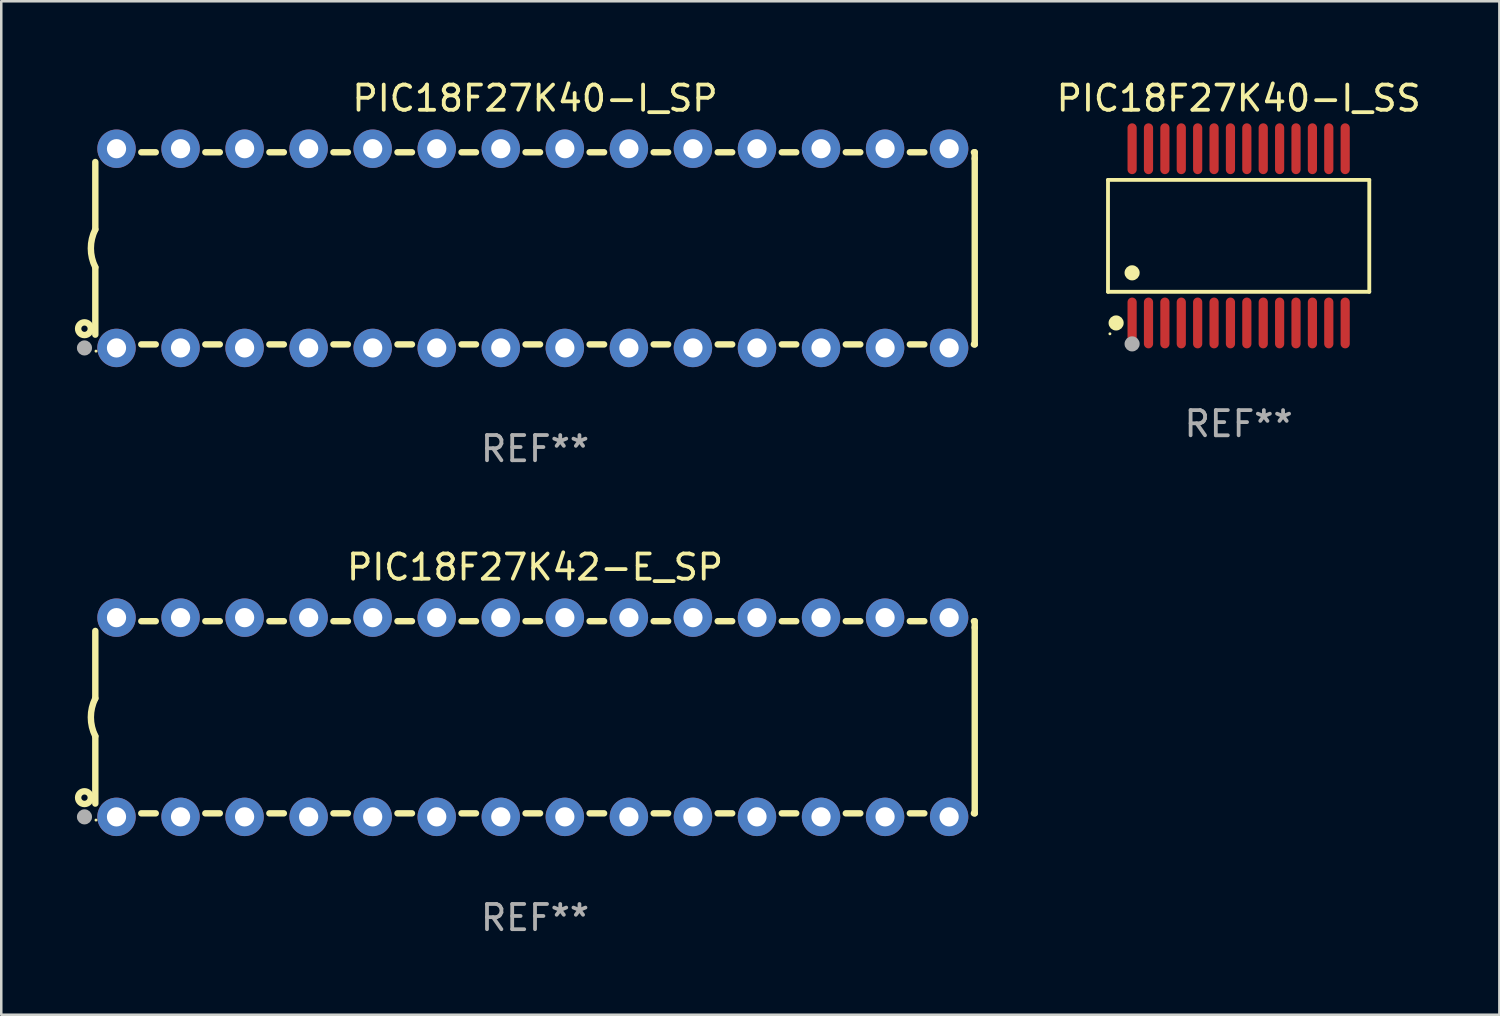
<source format=kicad_pcb>
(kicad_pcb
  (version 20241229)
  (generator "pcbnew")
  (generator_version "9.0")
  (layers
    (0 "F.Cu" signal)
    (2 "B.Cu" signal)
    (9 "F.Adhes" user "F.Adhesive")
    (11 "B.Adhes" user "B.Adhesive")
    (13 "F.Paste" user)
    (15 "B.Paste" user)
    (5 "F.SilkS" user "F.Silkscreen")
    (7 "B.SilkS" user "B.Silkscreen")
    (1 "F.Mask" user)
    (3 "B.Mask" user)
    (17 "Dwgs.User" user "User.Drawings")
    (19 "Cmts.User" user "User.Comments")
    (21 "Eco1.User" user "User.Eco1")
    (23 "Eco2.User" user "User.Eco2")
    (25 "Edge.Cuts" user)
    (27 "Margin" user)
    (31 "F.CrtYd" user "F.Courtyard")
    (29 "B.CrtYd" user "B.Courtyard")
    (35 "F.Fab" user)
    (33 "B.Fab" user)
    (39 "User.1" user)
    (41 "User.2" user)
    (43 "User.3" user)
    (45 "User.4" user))
  (footprint "PIC18F27K40-I_SP"
    (layer "F.Cu")
    (at 18.168 6.798)
    (property "Reference" "PIC18F27K40-I_SP" (at 0 -5.95 0) (layer "F.SilkS") (effects (font (size 1 1) (thickness 0.15))))
    (attr through_hole)
    (fp_line (start -17.438 0.75) (end -17.438 3.423) (stroke (width 0.254) (type solid)) (layer "F.SilkS"))
    (fp_line (start -17.438 -3.423) (end -17.438 -0.75) (stroke (width 0.254) (type solid)) (layer "F.SilkS"))
    (fp_line (start -15.615 3.81) (end -15.041 3.81) (stroke (width 0.254) (type solid)) (layer "F.SilkS"))
    (fp_line (start -15.041 -3.81) (end -15.614 -3.81) (stroke (width 0.254) (type solid)) (layer "F.SilkS"))
    (fp_line (start -13.075 3.81) (end -12.501 3.81) (stroke (width 0.254) (type solid)) (layer "F.SilkS"))
    (fp_line (start -12.501 -3.81) (end -13.074 -3.81) (stroke (width 0.254) (type solid)) (layer "F.SilkS"))
    (fp_line (start -10.535 3.81) (end -9.961 3.81) (stroke (width 0.254) (type solid)) (layer "F.SilkS"))
    (fp_line (start -9.961 -3.81) (end -10.534 -3.81) (stroke (width 0.254) (type solid)) (layer "F.SilkS"))
    (fp_line (start -7.995 3.81) (end -7.421 3.81) (stroke (width 0.254) (type solid)) (layer "F.SilkS"))
    (fp_line (start -7.421 -3.81) (end -7.995 -3.81) (stroke (width 0.254) (type solid)) (layer "F.SilkS"))
    (fp_line (start -5.455 3.81) (end -4.881 3.81) (stroke (width 0.254) (type solid)) (layer "F.SilkS"))
    (fp_line (start -4.881 -3.81) (end -5.455 -3.81) (stroke (width 0.254) (type solid)) (layer "F.SilkS"))
    (fp_line (start -2.915 3.81) (end -2.341 3.81) (stroke (width 0.254) (type solid)) (layer "F.SilkS"))
    (fp_line (start -2.341 -3.81) (end -2.915 -3.81) (stroke (width 0.254) (type solid)) (layer "F.SilkS"))
    (fp_line (start -0.375 3.81) (end 0.199 3.81) (stroke (width 0.254) (type solid)) (layer "F.SilkS"))
    (fp_line (start 0.199 -3.81) (end -0.375 -3.81) (stroke (width 0.254) (type solid)) (layer "F.SilkS"))
    (fp_line (start 2.165 3.81) (end 2.739 3.81) (stroke (width 0.254) (type solid)) (layer "F.SilkS"))
    (fp_line (start 2.739 -3.81) (end 2.165 -3.81) (stroke (width 0.254) (type solid)) (layer "F.SilkS"))
    (fp_line (start 4.705 3.81) (end 5.279 3.81) (stroke (width 0.254) (type solid)) (layer "F.SilkS"))
    (fp_line (start 5.279 -3.81) (end 4.705 -3.81) (stroke (width 0.254) (type solid)) (layer "F.SilkS"))
    (fp_line (start 7.245 3.81) (end 7.819 3.81) (stroke (width 0.254) (type solid)) (layer "F.SilkS"))
    (fp_line (start 7.819 -3.81) (end 7.245 -3.81) (stroke (width 0.254) (type solid)) (layer "F.SilkS"))
    (fp_line (start 9.785 3.81) (end 10.359 3.81) (stroke (width 0.254) (type solid)) (layer "F.SilkS"))
    (fp_line (start 10.359 -3.81) (end 9.785 -3.81) (stroke (width 0.254) (type solid)) (layer "F.SilkS"))
    (fp_line (start 12.325 3.81) (end 12.899 3.81) (stroke (width 0.254) (type solid)) (layer "F.SilkS"))
    (fp_line (start 12.899 -3.81) (end 12.325 -3.81) (stroke (width 0.254) (type solid)) (layer "F.SilkS"))
    (fp_line (start 14.865 3.81) (end 15.439 3.81) (stroke (width 0.254) (type solid)) (layer "F.SilkS"))
    (fp_line (start 15.439 -3.81) (end 14.865 -3.81) (stroke (width 0.254) (type solid)) (layer "F.SilkS"))
    (fp_line (start 17.405 3.81) (end 17.438 3.81) (stroke (width 0.254) (type solid)) (layer "F.SilkS"))
    (fp_line (start 17.438 -3.81) (end 17.405 -3.81) (stroke (width 0.254) (type solid)) (layer "F.SilkS"))
    (fp_line (start 17.438 -3.556) (end 17.438 -3.81) (stroke (width 0.254) (type solid)) (layer "F.SilkS"))
    (fp_line (start 17.438 3.81) (end 17.438 -3.556) (stroke (width 0.254) (type solid)) (layer "F.SilkS"))
    (fp_arc (start -17.437986 0.749657) (mid -17.614887 -0.000024) (end -17.437783 -0.749657) (stroke (width 0.254001) (type solid)) (layer "F.SilkS"))
    (fp_circle (center -17.868 3.188) (end -17.743 3.188) (stroke (width 0.254) (type solid)) (fill no) (layer "F.SilkS"))
    (fp_circle (center -17.411 4.077) (end -17.381 4.077) (stroke (width 0.06) (type solid)) (fill no) (layer "F.SilkS"))
    (fp_circle (center -17.868 3.95) (end -17.718 3.95) (stroke (width 0.3) (type solid)) (fill no) (layer "F.Fab"))
    (fp_text user "REF**" (at 0 7.95 0) (layer "F.Fab") (effects (font (size 1 1) (thickness 0.15))))
    (pad "1" thru_hole circle (at -16.598 3.95) (size 1.524 1.524) (drill 0.762) (layers "*.Cu" "*.Mask"))
    (pad "2" thru_hole circle (at -14.058 3.95) (size 1.524 1.524) (drill 0.762) (layers "*.Cu" "*.Mask"))
    (pad "3" thru_hole circle (at -11.518 3.95) (size 1.524 1.524) (drill 0.762) (layers "*.Cu" "*.Mask"))
    (pad "4" thru_hole circle (at -8.978 3.95) (size 1.524 1.524) (drill 0.762) (layers "*.Cu" "*.Mask"))
    (pad "5" thru_hole circle (at -6.438 3.95) (size 1.524 1.524) (drill 0.762) (layers "*.Cu" "*.Mask"))
    (pad "6" thru_hole circle (at -3.898 3.95) (size 1.524 1.524) (drill 0.762) (layers "*.Cu" "*.Mask"))
    (pad "7" thru_hole circle (at -1.358 3.95) (size 1.524 1.524) (drill 0.762) (layers "*.Cu" "*.Mask"))
    (pad "8" thru_hole circle (at 1.182 3.95) (size 1.524 1.524) (drill 0.762) (layers "*.Cu" "*.Mask"))
    (pad "9" thru_hole circle (at 3.722 3.95) (size 1.524 1.524) (drill 0.762) (layers "*.Cu" "*.Mask"))
    (pad "10" thru_hole circle (at 6.262 3.95) (size 1.524 1.524) (drill 0.762) (layers "*.Cu" "*.Mask"))
    (pad "11" thru_hole circle (at 8.802 3.95) (size 1.524 1.524) (drill 0.762) (layers "*.Cu" "*.Mask"))
    (pad "12" thru_hole circle (at 11.342 3.95) (size 1.524 1.524) (drill 0.762) (layers "*.Cu" "*.Mask"))
    (pad "13" thru_hole circle (at 13.882 3.95) (size 1.524 1.524) (drill 0.762) (layers "*.Cu" "*.Mask"))
    (pad "14" thru_hole circle (at 16.422 3.95) (size 1.524 1.524) (drill 0.762) (layers "*.Cu" "*.Mask"))
    (pad "15" thru_hole circle (at 16.422 -3.95) (size 1.524 1.524) (drill 0.762) (layers "*.Cu" "*.Mask"))
    (pad "16" thru_hole circle (at 13.882 -3.95) (size 1.524 1.524) (drill 0.762) (layers "*.Cu" "*.Mask"))
    (pad "17" thru_hole circle (at 11.342 -3.95) (size 1.524 1.524) (drill 0.762) (layers "*.Cu" "*.Mask"))
    (pad "18" thru_hole circle (at 8.802 -3.95) (size 1.524 1.524) (drill 0.762) (layers "*.Cu" "*.Mask"))
    (pad "19" thru_hole circle (at 6.262 -3.95) (size 1.524 1.524) (drill 0.762) (layers "*.Cu" "*.Mask"))
    (pad "20" thru_hole circle (at 3.722 -3.95) (size 1.524 1.524) (drill 0.762) (layers "*.Cu" "*.Mask"))
    (pad "21" thru_hole circle (at 1.182 -3.95) (size 1.524 1.524) (drill 0.762) (layers "*.Cu" "*.Mask"))
    (pad "22" thru_hole circle (at -1.358 -3.95) (size 1.524 1.524) (drill 0.762) (layers "*.Cu" "*.Mask"))
    (pad "23" thru_hole circle (at -3.898 -3.95) (size 1.524 1.524) (drill 0.762) (layers "*.Cu" "*.Mask"))
    (pad "24" thru_hole circle (at -6.438 -3.95) (size 1.524 1.524) (drill 0.762) (layers "*.Cu" "*.Mask"))
    (pad "25" thru_hole circle (at -8.978 -3.95) (size 1.524 1.524) (drill 0.762) (layers "*.Cu" "*.Mask"))
    (pad "26" thru_hole circle (at -11.517 -3.95) (size 1.524 1.524) (drill 0.762) (layers "*.Cu" "*.Mask"))
    (pad "27" thru_hole circle (at -14.057 -3.95) (size 1.524 1.524) (drill 0.762) (layers "*.Cu" "*.Mask"))
    (pad "28" thru_hole circle (at -16.597 -3.95) (size 1.524 1.524) (drill 0.762) (layers "*.Cu" "*.Mask")))
  (footprint "PIC18F27K40-I_SS"
    (layer "F.Cu")
    (at 46.072 6.303)
    (property "Reference" "PIC18F27K40-I_SS" (at 0 -5.455 0) (layer "F.SilkS") (effects (font (size 1 1) (thickness 0.15))))
    (attr through_hole)
    (fp_line (start -5.181 -2.219) (end 5.181 -2.219) (stroke (width 0.152) (type solid)) (layer "F.SilkS"))
    (fp_line (start -5.181 2.219) (end -5.181 -2.219) (stroke (width 0.152) (type solid)) (layer "F.SilkS"))
    (fp_line (start 5.181 -2.219) (end 5.181 2.219) (stroke (width 0.152) (type solid)) (layer "F.SilkS"))
    (fp_line (start 5.181 2.219) (end -5.181 2.219) (stroke (width 0.152) (type solid)) (layer "F.SilkS"))
    (fp_circle (center -5.105 3.885) (end -5.075 3.885) (stroke (width 0.06) (type solid)) (fill no) (layer "F.SilkS"))
    (fp_circle (center -4.859 3.455) (end -4.709 3.455) (stroke (width 0.3) (type solid)) (fill no) (layer "F.SilkS"))
    (fp_circle (center -4.225 1.467) (end -4.075 1.467) (stroke (width 0.3) (type solid)) (fill no) (layer "F.SilkS"))
    (fp_circle (center -4.225 4.285) (end -4.075 4.285) (stroke (width 0.3) (type solid)) (fill no) (layer "F.Fab"))
    (fp_text user "REF**" (at 0 7.455 0) (layer "F.Fab") (effects (font (size 1 1) (thickness 0.15))))
    (pad "1" smd oval (at -4.225 3.455) (size 0.364 2.015) (layers "F.Cu" "F.Mask" "F.Paste"))
    (pad "2" smd oval (at -3.575 3.455) (size 0.364 2.015) (layers "F.Cu" "F.Mask" "F.Paste"))
    (pad "3" smd oval (at -2.925 3.455) (size 0.364 2.015) (layers "F.Cu" "F.Mask" "F.Paste"))
    (pad "4" smd oval (at -2.275 3.455) (size 0.364 2.015) (layers "F.Cu" "F.Mask" "F.Paste"))
    (pad "5" smd oval (at -1.625 3.455) (size 0.364 2.015) (layers "F.Cu" "F.Mask" "F.Paste"))
    (pad "6" smd oval (at -0.975 3.455) (size 0.364 2.015) (layers "F.Cu" "F.Mask" "F.Paste"))
    (pad "7" smd oval (at -0.325 3.455) (size 0.364 2.015) (layers "F.Cu" "F.Mask" "F.Paste"))
    (pad "8" smd oval (at 0.325 3.455) (size 0.364 2.015) (layers "F.Cu" "F.Mask" "F.Paste"))
    (pad "9" smd oval (at 0.975 3.455) (size 0.364 2.015) (layers "F.Cu" "F.Mask" "F.Paste"))
    (pad "10" smd oval (at 1.625 3.455) (size 0.364 2.015) (layers "F.Cu" "F.Mask" "F.Paste"))
    (pad "11" smd oval (at 2.275 3.455) (size 0.364 2.015) (layers "F.Cu" "F.Mask" "F.Paste"))
    (pad "12" smd oval (at 2.925 3.455) (size 0.364 2.015) (layers "F.Cu" "F.Mask" "F.Paste"))
    (pad "13" smd oval (at 3.575 3.455) (size 0.364 2.015) (layers "F.Cu" "F.Mask" "F.Paste"))
    (pad "14" smd oval (at 4.225 3.455) (size 0.364 2.015) (layers "F.Cu" "F.Mask" "F.Paste"))
    (pad "15" smd oval (at 4.225 -3.455) (size 0.364 2.015) (layers "F.Cu" "F.Mask" "F.Paste"))
    (pad "16" smd oval (at 3.575 -3.455) (size 0.364 2.015) (layers "F.Cu" "F.Mask" "F.Paste"))
    (pad "17" smd oval (at 2.925 -3.455) (size 0.364 2.015) (layers "F.Cu" "F.Mask" "F.Paste"))
    (pad "18" smd oval (at 2.275 -3.455) (size 0.364 2.015) (layers "F.Cu" "F.Mask" "F.Paste"))
    (pad "19" smd oval (at 1.625 -3.455) (size 0.364 2.015) (layers "F.Cu" "F.Mask" "F.Paste"))
    (pad "20" smd oval (at 0.975 -3.455) (size 0.364 2.015) (layers "F.Cu" "F.Mask" "F.Paste"))
    (pad "21" smd oval (at 0.325 -3.455) (size 0.364 2.015) (layers "F.Cu" "F.Mask" "F.Paste"))
    (pad "22" smd oval (at -0.325 -3.455) (size 0.364 2.015) (layers "F.Cu" "F.Mask" "F.Paste"))
    (pad "23" smd oval (at -0.975 -3.455) (size 0.364 2.015) (layers "F.Cu" "F.Mask" "F.Paste"))
    (pad "24" smd oval (at -1.625 -3.455) (size 0.364 2.015) (layers "F.Cu" "F.Mask" "F.Paste"))
    (pad "25" smd oval (at -2.275 -3.455) (size 0.364 2.015) (layers "F.Cu" "F.Mask" "F.Paste"))
    (pad "26" smd oval (at -2.925 -3.455) (size 0.364 2.015) (layers "F.Cu" "F.Mask" "F.Paste"))
    (pad "27" smd oval (at -3.575 -3.455) (size 0.364 2.015) (layers "F.Cu" "F.Mask" "F.Paste"))
    (pad "28" smd oval (at -4.225 -3.455) (size 0.364 2.015) (layers "F.Cu" "F.Mask" "F.Paste")))
  (footprint "PIC18F27K42-E_SP"
    (layer "F.Cu")
    (at 18.168 25.395)
    (property "Reference" "PIC18F27K42-E_SP" (at 0 -5.95 0) (layer "F.SilkS") (effects (font (size 1 1) (thickness 0.15))))
    (attr through_hole)
    (fp_line (start -17.438 0.75) (end -17.438 3.423) (stroke (width 0.254) (type solid)) (layer "F.SilkS"))
    (fp_line (start -17.438 -3.423) (end -17.438 -0.75) (stroke (width 0.254) (type solid)) (layer "F.SilkS"))
    (fp_line (start -15.615 3.81) (end -15.041 3.81) (stroke (width 0.254) (type solid)) (layer "F.SilkS"))
    (fp_line (start -15.041 -3.81) (end -15.614 -3.81) (stroke (width 0.254) (type solid)) (layer "F.SilkS"))
    (fp_line (start -13.075 3.81) (end -12.501 3.81) (stroke (width 0.254) (type solid)) (layer "F.SilkS"))
    (fp_line (start -12.501 -3.81) (end -13.074 -3.81) (stroke (width 0.254) (type solid)) (layer "F.SilkS"))
    (fp_line (start -10.535 3.81) (end -9.961 3.81) (stroke (width 0.254) (type solid)) (layer "F.SilkS"))
    (fp_line (start -9.961 -3.81) (end -10.534 -3.81) (stroke (width 0.254) (type solid)) (layer "F.SilkS"))
    (fp_line (start -7.995 3.81) (end -7.421 3.81) (stroke (width 0.254) (type solid)) (layer "F.SilkS"))
    (fp_line (start -7.421 -3.81) (end -7.995 -3.81) (stroke (width 0.254) (type solid)) (layer "F.SilkS"))
    (fp_line (start -5.455 3.81) (end -4.881 3.81) (stroke (width 0.254) (type solid)) (layer "F.SilkS"))
    (fp_line (start -4.881 -3.81) (end -5.455 -3.81) (stroke (width 0.254) (type solid)) (layer "F.SilkS"))
    (fp_line (start -2.915 3.81) (end -2.341 3.81) (stroke (width 0.254) (type solid)) (layer "F.SilkS"))
    (fp_line (start -2.341 -3.81) (end -2.915 -3.81) (stroke (width 0.254) (type solid)) (layer "F.SilkS"))
    (fp_line (start -0.375 3.81) (end 0.199 3.81) (stroke (width 0.254) (type solid)) (layer "F.SilkS"))
    (fp_line (start 0.199 -3.81) (end -0.375 -3.81) (stroke (width 0.254) (type solid)) (layer "F.SilkS"))
    (fp_line (start 2.165 3.81) (end 2.739 3.81) (stroke (width 0.254) (type solid)) (layer "F.SilkS"))
    (fp_line (start 2.739 -3.81) (end 2.165 -3.81) (stroke (width 0.254) (type solid)) (layer "F.SilkS"))
    (fp_line (start 4.705 3.81) (end 5.279 3.81) (stroke (width 0.254) (type solid)) (layer "F.SilkS"))
    (fp_line (start 5.279 -3.81) (end 4.705 -3.81) (stroke (width 0.254) (type solid)) (layer "F.SilkS"))
    (fp_line (start 7.245 3.81) (end 7.819 3.81) (stroke (width 0.254) (type solid)) (layer "F.SilkS"))
    (fp_line (start 7.819 -3.81) (end 7.245 -3.81) (stroke (width 0.254) (type solid)) (layer "F.SilkS"))
    (fp_line (start 9.785 3.81) (end 10.359 3.81) (stroke (width 0.254) (type solid)) (layer "F.SilkS"))
    (fp_line (start 10.359 -3.81) (end 9.785 -3.81) (stroke (width 0.254) (type solid)) (layer "F.SilkS"))
    (fp_line (start 12.325 3.81) (end 12.899 3.81) (stroke (width 0.254) (type solid)) (layer "F.SilkS"))
    (fp_line (start 12.899 -3.81) (end 12.325 -3.81) (stroke (width 0.254) (type solid)) (layer "F.SilkS"))
    (fp_line (start 14.865 3.81) (end 15.439 3.81) (stroke (width 0.254) (type solid)) (layer "F.SilkS"))
    (fp_line (start 15.439 -3.81) (end 14.865 -3.81) (stroke (width 0.254) (type solid)) (layer "F.SilkS"))
    (fp_line (start 17.405 3.81) (end 17.438 3.81) (stroke (width 0.254) (type solid)) (layer "F.SilkS"))
    (fp_line (start 17.438 -3.81) (end 17.405 -3.81) (stroke (width 0.254) (type solid)) (layer "F.SilkS"))
    (fp_line (start 17.438 -3.556) (end 17.438 -3.81) (stroke (width 0.254) (type solid)) (layer "F.SilkS"))
    (fp_line (start 17.438 3.81) (end 17.438 -3.556) (stroke (width 0.254) (type solid)) (layer "F.SilkS"))
    (fp_arc (start -17.437986 0.749657) (mid -17.614887 -0.000024) (end -17.437783 -0.749657) (stroke (width 0.254001) (type solid)) (layer "F.SilkS"))
    (fp_circle (center -17.868 3.188) (end -17.743 3.188) (stroke (width 0.254) (type solid)) (fill no) (layer "F.SilkS"))
    (fp_circle (center -17.411 4.077) (end -17.381 4.077) (stroke (width 0.06) (type solid)) (fill no) (layer "F.SilkS"))
    (fp_circle (center -17.868 3.95) (end -17.718 3.95) (stroke (width 0.3) (type solid)) (fill no) (layer "F.Fab"))
    (fp_text user "REF**" (at 0 7.95 0) (layer "F.Fab") (effects (font (size 1 1) (thickness 0.15))))
    (pad "1" thru_hole circle (at -16.598 3.95) (size 1.524 1.524) (drill 0.762) (layers "*.Cu" "*.Mask"))
    (pad "2" thru_hole circle (at -14.058 3.95) (size 1.524 1.524) (drill 0.762) (layers "*.Cu" "*.Mask"))
    (pad "3" thru_hole circle (at -11.518 3.95) (size 1.524 1.524) (drill 0.762) (layers "*.Cu" "*.Mask"))
    (pad "4" thru_hole circle (at -8.978 3.95) (size 1.524 1.524) (drill 0.762) (layers "*.Cu" "*.Mask"))
    (pad "5" thru_hole circle (at -6.438 3.95) (size 1.524 1.524) (drill 0.762) (layers "*.Cu" "*.Mask"))
    (pad "6" thru_hole circle (at -3.898 3.95) (size 1.524 1.524) (drill 0.762) (layers "*.Cu" "*.Mask"))
    (pad "7" thru_hole circle (at -1.358 3.95) (size 1.524 1.524) (drill 0.762) (layers "*.Cu" "*.Mask"))
    (pad "8" thru_hole circle (at 1.182 3.95) (size 1.524 1.524) (drill 0.762) (layers "*.Cu" "*.Mask"))
    (pad "9" thru_hole circle (at 3.722 3.95) (size 1.524 1.524) (drill 0.762) (layers "*.Cu" "*.Mask"))
    (pad "10" thru_hole circle (at 6.262 3.95) (size 1.524 1.524) (drill 0.762) (layers "*.Cu" "*.Mask"))
    (pad "11" thru_hole circle (at 8.802 3.95) (size 1.524 1.524) (drill 0.762) (layers "*.Cu" "*.Mask"))
    (pad "12" thru_hole circle (at 11.342 3.95) (size 1.524 1.524) (drill 0.762) (layers "*.Cu" "*.Mask"))
    (pad "13" thru_hole circle (at 13.882 3.95) (size 1.524 1.524) (drill 0.762) (layers "*.Cu" "*.Mask"))
    (pad "14" thru_hole circle (at 16.422 3.95) (size 1.524 1.524) (drill 0.762) (layers "*.Cu" "*.Mask"))
    (pad "15" thru_hole circle (at 16.422 -3.95) (size 1.524 1.524) (drill 0.762) (layers "*.Cu" "*.Mask"))
    (pad "16" thru_hole circle (at 13.882 -3.95) (size 1.524 1.524) (drill 0.762) (layers "*.Cu" "*.Mask"))
    (pad "17" thru_hole circle (at 11.342 -3.95) (size 1.524 1.524) (drill 0.762) (layers "*.Cu" "*.Mask"))
    (pad "18" thru_hole circle (at 8.802 -3.95) (size 1.524 1.524) (drill 0.762) (layers "*.Cu" "*.Mask"))
    (pad "19" thru_hole circle (at 6.262 -3.95) (size 1.524 1.524) (drill 0.762) (layers "*.Cu" "*.Mask"))
    (pad "20" thru_hole circle (at 3.722 -3.95) (size 1.524 1.524) (drill 0.762) (layers "*.Cu" "*.Mask"))
    (pad "21" thru_hole circle (at 1.182 -3.95) (size 1.524 1.524) (drill 0.762) (layers "*.Cu" "*.Mask"))
    (pad "22" thru_hole circle (at -1.358 -3.95) (size 1.524 1.524) (drill 0.762) (layers "*.Cu" "*.Mask"))
    (pad "23" thru_hole circle (at -3.898 -3.95) (size 1.524 1.524) (drill 0.762) (layers "*.Cu" "*.Mask"))
    (pad "24" thru_hole circle (at -6.438 -3.95) (size 1.524 1.524) (drill 0.762) (layers "*.Cu" "*.Mask"))
    (pad "25" thru_hole circle (at -8.978 -3.95) (size 1.524 1.524) (drill 0.762) (layers "*.Cu" "*.Mask"))
    (pad "26" thru_hole circle (at -11.517 -3.95) (size 1.524 1.524) (drill 0.762) (layers "*.Cu" "*.Mask"))
    (pad "27" thru_hole circle (at -14.057 -3.95) (size 1.524 1.524) (drill 0.762) (layers "*.Cu" "*.Mask"))
    (pad "28" thru_hole circle (at -16.597 -3.95) (size 1.524 1.524) (drill 0.762) (layers "*.Cu" "*.Mask")))
  (gr_rect
    (start -3 -3)
    (end 56.412 37.193)
    (stroke (width 0.1) (type default))
    (fill no)
    (layer "Edge.Cuts")))
</source>
